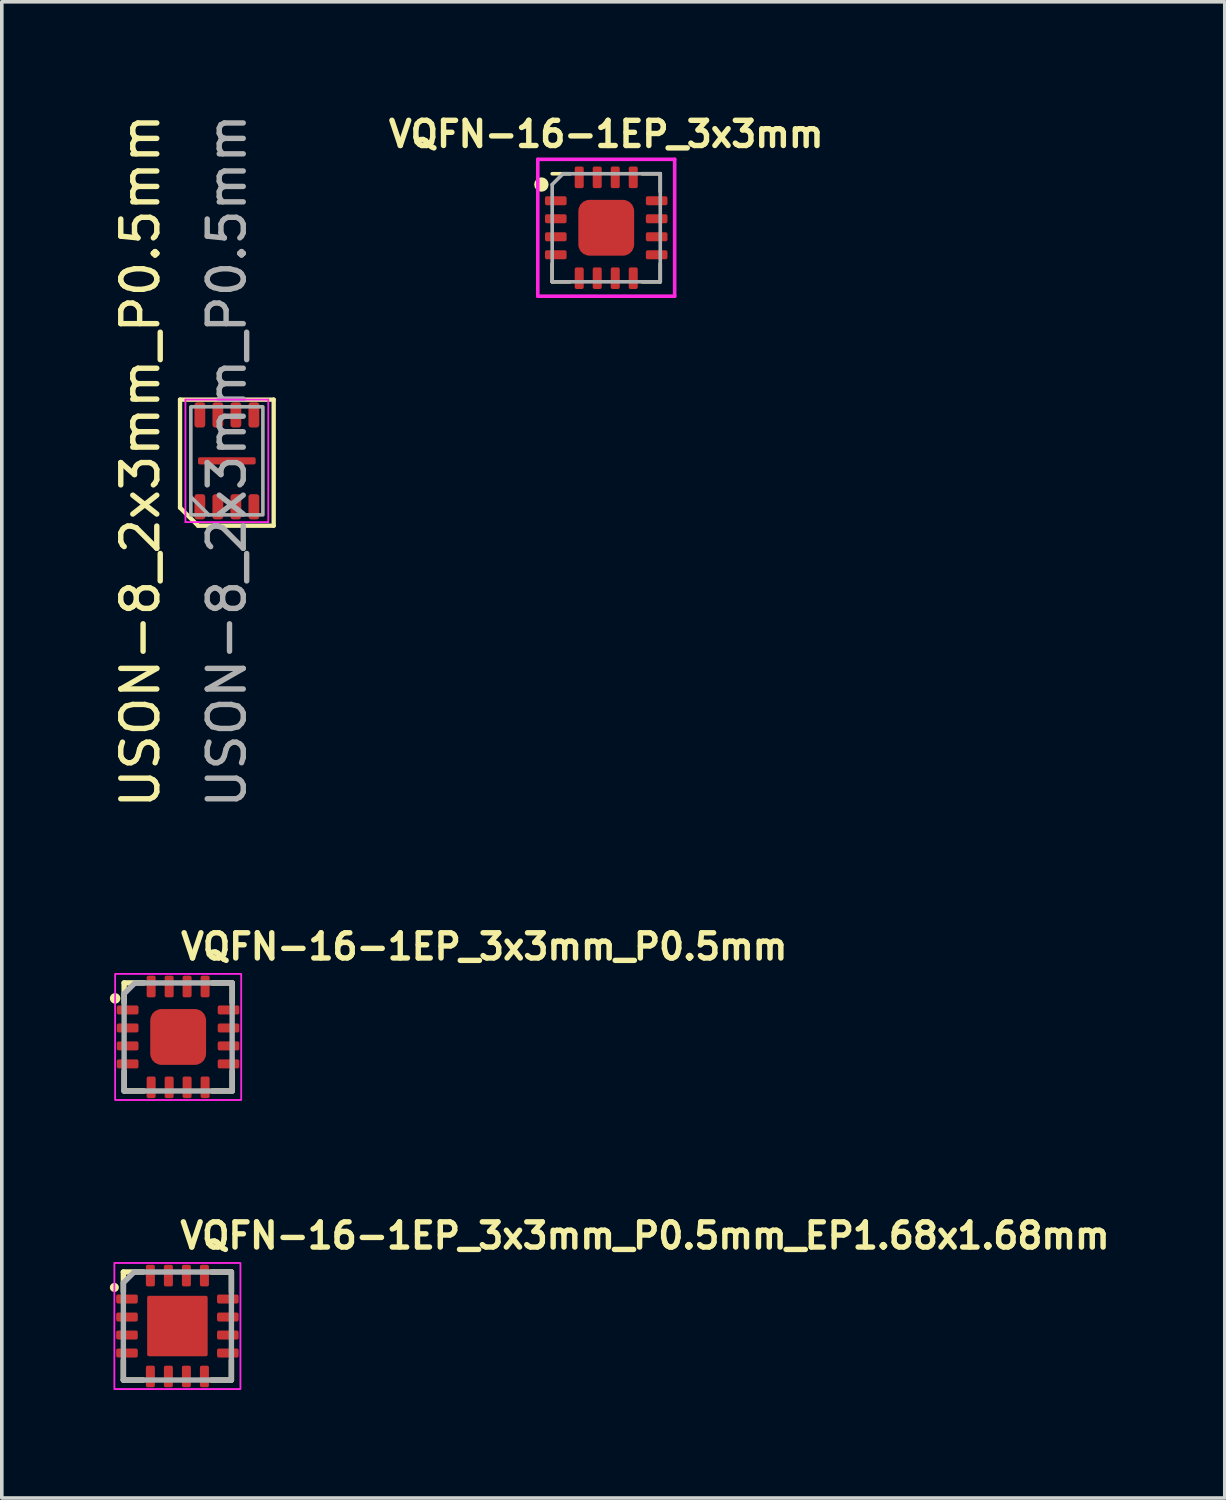
<source format=kicad_pcb>
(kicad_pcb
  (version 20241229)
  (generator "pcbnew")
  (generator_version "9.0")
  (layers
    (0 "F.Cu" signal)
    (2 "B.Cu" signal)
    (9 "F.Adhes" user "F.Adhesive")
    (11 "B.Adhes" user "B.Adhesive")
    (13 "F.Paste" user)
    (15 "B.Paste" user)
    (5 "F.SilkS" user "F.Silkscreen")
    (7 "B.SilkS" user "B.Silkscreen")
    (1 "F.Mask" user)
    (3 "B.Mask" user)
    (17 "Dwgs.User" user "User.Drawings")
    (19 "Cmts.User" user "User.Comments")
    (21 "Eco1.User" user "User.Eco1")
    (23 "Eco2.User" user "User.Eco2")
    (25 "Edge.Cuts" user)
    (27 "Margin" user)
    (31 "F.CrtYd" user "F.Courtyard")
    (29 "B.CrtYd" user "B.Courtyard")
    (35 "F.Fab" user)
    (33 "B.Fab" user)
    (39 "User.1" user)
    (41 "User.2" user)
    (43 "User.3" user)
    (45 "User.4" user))
  (footprint "USON-8_2x3mm_P0.5mm"
    (layer "F.Cu")
    (at 3.248 9.744)
    (property "Reference" "USON-8_2x3mm_P0.5mm" (at -2.4 0 90) (layer "F.SilkS") (effects (font (size 1 1) (thickness 0.15))))
    (attr through_hole)
    (fp_line (start -1.3 -1.7) (end 1.3 -1.7) (stroke (width 0.12) (type solid)) (layer "F.SilkS"))
    (fp_line (start -1.3 1.3) (end -1.3 -1.7) (stroke (width 0.12) (type solid)) (layer "F.SilkS"))
    (fp_line (start -0.8 1.8) (end -1.3 1.3) (stroke (width 0.12) (type solid)) (layer "F.SilkS"))
    (fp_line (start 1.3 -1.7) (end 1.3 1.8) (stroke (width 0.12) (type solid)) (layer "F.SilkS"))
    (fp_line (start 1.3 1.8) (end -0.8 1.8) (stroke (width 0.12) (type solid)) (layer "F.SilkS"))
    (fp_line (start -1.15 -1.7) (end 1.15 -1.7) (stroke (width 0.05) (type solid)) (layer "F.CrtYd"))
    (fp_line (start -1.15 1.7) (end -1.15 -1.7) (stroke (width 0.05) (type solid)) (layer "F.CrtYd"))
    (fp_line (start 1.15 -1.7) (end 1.15 1.7) (stroke (width 0.05) (type solid)) (layer "F.CrtYd"))
    (fp_line (start 1.15 1.7) (end -1.15 1.7) (stroke (width 0.05) (type solid)) (layer "F.CrtYd"))
    (fp_line (start -0.5 1.5) (end -1 1) (stroke (width 0.1) (type solid)) (layer "F.Fab"))
    (fp_rect (start 1 -1.5) (end -1 1.5) (stroke (width 0.1) (type solid)) (fill no) (layer "F.Fab"))
    (fp_text user "${REFERENCE}" (at 0 0 90) (layer "F.Fab") (effects (font (size 1 1) (thickness 0.15))))
    (pad "1" smd roundrect (at -0.75 1.275) (size 0.3 0.7) (layers "F.Cu" "F.Mask" "F.Paste") (roundrect_rratio 0.25))
    (pad "2" smd roundrect (at -0.25 1.275) (size 0.3 0.7) (layers "F.Cu" "F.Mask" "F.Paste") (roundrect_rratio 0.25))
    (pad "3" smd roundrect (at 0.25 1.275) (size 0.3 0.7) (layers "F.Cu" "F.Mask" "F.Paste") (roundrect_rratio 0.25))
    (pad "4" smd roundrect (at 0.75 1.275) (size 0.3 0.7) (layers "F.Cu" "F.Mask" "F.Paste") (roundrect_rratio 0.25))
    (pad "5" smd roundrect (at 0.75 -1.275) (size 0.3 0.7) (layers "F.Cu" "F.Mask" "F.Paste") (roundrect_rratio 0.25))
    (pad "6" smd roundrect (at 0.25 -1.275) (size 0.3 0.7) (layers "F.Cu" "F.Mask" "F.Paste") (roundrect_rratio 0.25))
    (pad "7" smd roundrect (at -0.25 -1.275) (size 0.3 0.7) (layers "F.Cu" "F.Mask" "F.Paste") (roundrect_rratio 0.25))
    (pad "8" smd roundrect (at -0.75 -1.275) (size 0.3 0.7) (layers "F.Cu" "F.Mask" "F.Paste") (roundrect_rratio 0.25))
    (pad "EP" smd roundrect (at 0 0 90) (size 0.2 1.6) (layers "F.Cu" "F.Mask" "F.Paste") (roundrect_rratio 0.25)))
  (footprint "VQFN-16-1EP_3x3mm_P0.5mm_EP1.68x1.68mm"
    (layer "F.Cu")
    (at 1.875 33.763)
    (property "Reference" "VQFN-16-1EP_3x3mm_P0.5mm_EP1.68x1.68mm" (at 0 -2.1 0) (layer "F.SilkS") (effects (font (size 0.7 0.7) (thickness 0.15)) (justify left bottom)))
    (attr smd)
    (fp_line (start -1.5 -1.5) (end -1.5 -0.951) (stroke (width 0.15) (type solid)) (layer "F.SilkS"))
    (fp_line (start -1.5 1.499) (end -1.5 0.95) (stroke (width 0.15) (type solid)) (layer "F.SilkS"))
    (fp_line (start -1.5 1.499) (end -0.951 1.499) (stroke (width 0.15) (type solid)) (layer "F.SilkS"))
    (fp_line (start -0.95 -1.501) (end -1.5 -1.5) (stroke (width 0.15) (type solid)) (layer "F.SilkS"))
    (fp_line (start 0.95 1.499) (end 1.499 1.499) (stroke (width 0.15) (type solid)) (layer "F.SilkS"))
    (fp_line (start 1.499 -1.5) (end 0.95 -1.5) (stroke (width 0.15) (type solid)) (layer "F.SilkS"))
    (fp_line (start 1.499 0.95) (end 1.499 1.499) (stroke (width 0.15) (type solid)) (layer "F.SilkS"))
    (fp_line (start 1.5 -0.95) (end 1.499 -1.5) (stroke (width 0.15) (type solid)) (layer "F.SilkS"))
    (fp_circle (center -1.75 -1.071) (end -1.7 -1.071) (stroke (width 0.15) (type solid)) (fill yes) (layer "F.SilkS"))
    (fp_rect (start -1.75 -1.75) (end 1.75 1.75) (stroke (width 0.05) (type solid)) (fill no) (layer "F.CrtYd"))
    (fp_line (start -1.5 -1.2) (end -1.5 1.499) (stroke (width 0.15) (type solid)) (layer "F.Fab"))
    (fp_line (start -1.5 -1.2) (end -1.2 -1.5) (stroke (width 0.15) (type solid)) (layer "F.Fab"))
    (fp_line (start -1.2 -1.5) (end 1.499 -1.5) (stroke (width 0.15) (type solid)) (layer "F.Fab"))
    (fp_line (start 1.499 1.499) (end -1.5 1.499) (stroke (width 0.15) (type solid)) (layer "F.Fab"))
    (fp_line (start 1.499 1.499) (end 1.499 -1.5) (stroke (width 0.15) (type solid)) (layer "F.Fab"))
    (fp_rect (start -1.5 -1.5) (end 1.499 1.499) (stroke (width 0.1) (type solid)) (fill no) (layer "User.5"))
    (fp_line (start -1.5 -1.5) (end -1.5 1.499) (stroke (width 0.02) (type solid)) (layer "User.9"))
    (fp_line (start -1.5 1.499) (end 1.499 1.499) (stroke (width 0.02) (type solid)) (layer "User.9"))
    (fp_line (start 1.499 -1.5) (end -1.5 -1.5) (stroke (width 0.02) (type solid)) (layer "User.9"))
    (fp_line (start 1.499 1.499) (end 1.499 -1.5) (stroke (width 0.02) (type solid)) (layer "User.9"))
    (pad "1" smd roundrect (at -1.4 -0.75) (size 0.6 0.25) (layers "F.Cu" "F.Mask" "F.Paste") (roundrect_rratio 0.2))
    (pad "2" smd roundrect (at -1.4 -0.25) (size 0.6 0.25) (layers "F.Cu" "F.Mask" "F.Paste") (roundrect_rratio 0.2))
    (pad "3" smd roundrect (at -1.4 0.25) (size 0.6 0.25) (layers "F.Cu" "F.Mask" "F.Paste") (roundrect_rratio 0.2))
    (pad "4" smd roundrect (at -1.4 0.75) (size 0.6 0.25) (layers "F.Cu" "F.Mask" "F.Paste") (roundrect_rratio 0.2))
    (pad "5" smd roundrect (at -0.75 1.4 90) (size 0.6 0.25) (layers "F.Cu" "F.Mask" "F.Paste") (roundrect_rratio 0.2))
    (pad "6" smd roundrect (at -0.25 1.4 90) (size 0.6 0.25) (layers "F.Cu" "F.Mask" "F.Paste") (roundrect_rratio 0.2))
    (pad "7" smd roundrect (at 0.25 1.4 90) (size 0.6 0.25) (layers "F.Cu" "F.Mask" "F.Paste") (roundrect_rratio 0.2))
    (pad "8" smd roundrect (at 0.75 1.4 90) (size 0.6 0.25) (layers "F.Cu" "F.Mask" "F.Paste") (roundrect_rratio 0.2))
    (pad "9" smd roundrect (at 1.4 0.75 180) (size 0.6 0.25) (layers "F.Cu" "F.Mask" "F.Paste") (roundrect_rratio 0.2))
    (pad "10" smd roundrect (at 1.4 0.25 180) (size 0.6 0.25) (layers "F.Cu" "F.Mask" "F.Paste") (roundrect_rratio 0.2))
    (pad "11" smd roundrect (at 1.4 -0.25 180) (size 0.6 0.25) (layers "F.Cu" "F.Mask" "F.Paste") (roundrect_rratio 0.2))
    (pad "12" smd roundrect (at 1.4 -0.75 180) (size 0.6 0.25) (layers "F.Cu" "F.Mask" "F.Paste") (roundrect_rratio 0.2))
    (pad "13" smd roundrect (at 0.75 -1.4 270) (size 0.6 0.25) (layers "F.Cu" "F.Mask" "F.Paste") (roundrect_rratio 0.2))
    (pad "14" smd roundrect (at 0.25 -1.4 270) (size 0.6 0.25) (layers "F.Cu" "F.Mask" "F.Paste") (roundrect_rratio 0.2))
    (pad "15" smd roundrect (at -0.25 -1.4 270) (size 0.6 0.25) (layers "F.Cu" "F.Mask" "F.Paste") (roundrect_rratio 0.2))
    (pad "16" smd roundrect (at -0.75 -1.4 270) (size 0.6 0.25) (layers "F.Cu" "F.Mask" "F.Paste") (roundrect_rratio 0.2))
    (pad "17" smd roundrect (at 0 0) (size 1.68 1.68) (layers "F.Cu" "F.Mask" "F.Paste") (roundrect_rratio 0.03)))
  (footprint "VQFN-16-1EP_3x3mm"
    (layer "F.Cu")
    (at 13.78 3.273)
    (property "Reference" "VQFN-16-1EP_3x3mm" (at 0 -2.6 0) (layer "F.SilkS") (effects (font (size 0.7 0.7) (thickness 0.15))))
    (attr smd)
    (fp_line (start -1.5 1.5) (end -1.5 1) (stroke (width 0.1) (type solid)) (layer "F.SilkS"))
    (fp_line (start -1 -1.5) (end -1.5 -1.5) (stroke (width 0.1) (type solid)) (layer "F.SilkS"))
    (fp_line (start -1 1.5) (end -1.5 1.5) (stroke (width 0.1) (type solid)) (layer "F.SilkS"))
    (fp_line (start 1.5 -1.5) (end 1 -1.5) (stroke (width 0.1) (type solid)) (layer "F.SilkS"))
    (fp_line (start 1.5 -1) (end 1.5 -1.5) (stroke (width 0.1) (type solid)) (layer "F.SilkS"))
    (fp_line (start 1.5 1.5) (end 1 1.5) (stroke (width 0.1) (type solid)) (layer "F.SilkS"))
    (fp_line (start 1.5 1.5) (end 1.5 1) (stroke (width 0.1) (type solid)) (layer "F.SilkS"))
    (fp_circle (center -1.8 -1.2) (end -1.7 -1.2) (stroke (width 0.2) (type solid)) (fill no) (layer "F.SilkS"))
    (fp_line (start -1.9 -1.9) (end -1.9 1.9) (stroke (width 0.1) (type solid)) (layer "F.CrtYd"))
    (fp_line (start -1.9 -1.9) (end 1.9 -1.9) (stroke (width 0.1) (type solid)) (layer "F.CrtYd"))
    (fp_line (start -1.9 1.9) (end 1.9 1.9) (stroke (width 0.1) (type solid)) (layer "F.CrtYd"))
    (fp_line (start 1.9 -1.9) (end 1.9 1.9) (stroke (width 0.1) (type solid)) (layer "F.CrtYd"))
    (fp_line (start -1.5 -1.2) (end -1.5 1.5) (stroke (width 0.1) (type solid)) (layer "F.Fab"))
    (fp_line (start -1.5 -1.2) (end -1.2 -1.5) (stroke (width 0.1) (type solid)) (layer "F.Fab"))
    (fp_line (start -1.2 -1.5) (end 1.5 -1.5) (stroke (width 0.1) (type solid)) (layer "F.Fab"))
    (fp_line (start 1.5 1.5) (end -1.5 1.5) (stroke (width 0.1) (type solid)) (layer "F.Fab"))
    (fp_line (start 1.5 1.5) (end 1.5 -1.5) (stroke (width 0.1) (type solid)) (layer "F.Fab"))
    (pad "1" smd roundrect (at -1.4 -0.75) (size 0.6 0.25) (layers "F.Cu" "F.Mask" "F.Paste") (roundrect_rratio 0.2))
    (pad "2" smd roundrect (at -1.4 -0.25) (size 0.6 0.25) (layers "F.Cu" "F.Mask" "F.Paste") (roundrect_rratio 0.2))
    (pad "3" smd roundrect (at -1.4 0.25) (size 0.6 0.25) (layers "F.Cu" "F.Mask" "F.Paste") (roundrect_rratio 0.2))
    (pad "4" smd roundrect (at -1.4 0.75) (size 0.6 0.25) (layers "F.Cu" "F.Mask" "F.Paste") (roundrect_rratio 0.2))
    (pad "5" smd roundrect (at -0.75 1.4 90) (size 0.6 0.25) (layers "F.Cu" "F.Mask" "F.Paste") (roundrect_rratio 0.2))
    (pad "6" smd roundrect (at -0.25 1.4 90) (size 0.6 0.25) (layers "F.Cu" "F.Mask" "F.Paste") (roundrect_rratio 0.2))
    (pad "7" smd roundrect (at 0.25 1.4 90) (size 0.6 0.25) (layers "F.Cu" "F.Mask" "F.Paste") (roundrect_rratio 0.2))
    (pad "8" smd roundrect (at 0.75 1.4 90) (size 0.6 0.25) (layers "F.Cu" "F.Mask" "F.Paste") (roundrect_rratio 0.2))
    (pad "9" smd roundrect (at 1.4 0.75 180) (size 0.6 0.25) (layers "F.Cu" "F.Mask" "F.Paste") (roundrect_rratio 0.2))
    (pad "10" smd roundrect (at 1.4 0.25 180) (size 0.6 0.25) (layers "F.Cu" "F.Mask" "F.Paste") (roundrect_rratio 0.2))
    (pad "11" smd roundrect (at 1.4 -0.25 180) (size 0.6 0.25) (layers "F.Cu" "F.Mask" "F.Paste") (roundrect_rratio 0.2))
    (pad "12" smd roundrect (at 1.4 -0.75 180) (size 0.6 0.25) (layers "F.Cu" "F.Mask" "F.Paste") (roundrect_rratio 0.2))
    (pad "13" smd roundrect (at 0.75 -1.4 270) (size 0.6 0.25) (layers "F.Cu" "F.Mask" "F.Paste") (roundrect_rratio 0.2))
    (pad "14" smd roundrect (at 0.25 -1.4 270) (size 0.6 0.25) (layers "F.Cu" "F.Mask" "F.Paste") (roundrect_rratio 0.2))
    (pad "15" smd roundrect (at -0.25 -1.4 270) (size 0.6 0.25) (layers "F.Cu" "F.Mask" "F.Paste") (roundrect_rratio 0.2))
    (pad "16" smd roundrect (at -0.75 -1.4 270) (size 0.6 0.25) (layers "F.Cu" "F.Mask" "F.Paste") (roundrect_rratio 0.2))
    (pad "17" smd roundrect (at 0 0) (size 1.55 1.55) (layers "F.Cu" "F.Mask" "F.Paste") (roundrect_rratio 0.2)))
  (footprint "VQFN-16-1EP_3x3mm_P0.5mm"
    (layer "F.Cu")
    (at 1.896 25.738)
    (property "Reference" "VQFN-16-1EP_3x3mm_P0.5mm" (at 0 -2.1 0) (layer "F.SilkS") (effects (font (size 0.7 0.7) (thickness 0.15)) (justify left bottom)))
    (attr smd)
    (fp_line (start -1.5 -1.5) (end -1.5 -0.951) (stroke (width 0.15) (type solid)) (layer "F.SilkS"))
    (fp_line (start -1.5 1.499) (end -1.5 0.95) (stroke (width 0.15) (type solid)) (layer "F.SilkS"))
    (fp_line (start -1.5 1.499) (end -0.951 1.499) (stroke (width 0.15) (type solid)) (layer "F.SilkS"))
    (fp_line (start -0.95 -1.501) (end -1.5 -1.5) (stroke (width 0.15) (type solid)) (layer "F.SilkS"))
    (fp_line (start 0.95 1.499) (end 1.499 1.499) (stroke (width 0.15) (type solid)) (layer "F.SilkS"))
    (fp_line (start 1.499 -1.5) (end 0.95 -1.5) (stroke (width 0.15) (type solid)) (layer "F.SilkS"))
    (fp_line (start 1.499 0.95) (end 1.499 1.499) (stroke (width 0.15) (type solid)) (layer "F.SilkS"))
    (fp_line (start 1.5 -0.95) (end 1.499 -1.5) (stroke (width 0.15) (type solid)) (layer "F.SilkS"))
    (fp_circle (center -1.75 -1.071) (end -1.7 -1.021) (stroke (width 0.15) (type solid)) (fill yes) (layer "F.SilkS"))
    (fp_rect (start -1.75 -1.75) (end 1.75 1.75) (stroke (width 0.05) (type solid)) (fill no) (layer "F.CrtYd"))
    (fp_line (start -1.5 -1.2) (end -1.5 1.499) (stroke (width 0.15) (type solid)) (layer "F.Fab"))
    (fp_line (start -1.5 -1.2) (end -1.2 -1.5) (stroke (width 0.15) (type solid)) (layer "F.Fab"))
    (fp_line (start -1.2 -1.5) (end 1.499 -1.5) (stroke (width 0.15) (type solid)) (layer "F.Fab"))
    (fp_line (start 1.499 1.499) (end -1.5 1.499) (stroke (width 0.15) (type solid)) (layer "F.Fab"))
    (fp_line (start 1.499 1.499) (end 1.499 -1.5) (stroke (width 0.15) (type solid)) (layer "F.Fab"))
    (fp_rect (start -1.5 -1.5) (end 1.499 1.499) (stroke (width 0.1) (type solid)) (fill no) (layer "User.5"))
    (fp_line (start -1.5 -1.5) (end -1.5 1.499) (stroke (width 0.02) (type solid)) (layer "User.9"))
    (fp_line (start -1.5 1.499) (end 1.499 1.499) (stroke (width 0.02) (type solid)) (layer "User.9"))
    (fp_line (start 1.499 -1.5) (end -1.5 -1.5) (stroke (width 0.02) (type solid)) (layer "User.9"))
    (fp_line (start 1.499 1.499) (end 1.499 -1.5) (stroke (width 0.02) (type solid)) (layer "User.9"))
    (pad "1" smd roundrect (at -1.401 -0.75) (size 0.6 0.25) (layers "F.Cu" "F.Mask" "F.Paste") (roundrect_rratio 0.2))
    (pad "2" smd roundrect (at -1.401 -0.25) (size 0.6 0.25) (layers "F.Cu" "F.Mask" "F.Paste") (roundrect_rratio 0.2))
    (pad "3" smd roundrect (at -1.401 0.248) (size 0.6 0.25) (layers "F.Cu" "F.Mask" "F.Paste") (roundrect_rratio 0.2))
    (pad "4" smd roundrect (at -1.401 0.748) (size 0.6 0.25) (layers "F.Cu" "F.Mask" "F.Paste") (roundrect_rratio 0.2))
    (pad "5" smd roundrect (at -0.75 1.398 90) (size 0.6 0.25) (layers "F.Cu" "F.Mask" "F.Paste") (roundrect_rratio 0.2))
    (pad "6" smd roundrect (at -0.25 1.398 90) (size 0.6 0.25) (layers "F.Cu" "F.Mask" "F.Paste") (roundrect_rratio 0.2))
    (pad "7" smd roundrect (at 0.248 1.398 90) (size 0.6 0.25) (layers "F.Cu" "F.Mask" "F.Paste") (roundrect_rratio 0.2))
    (pad "8" smd roundrect (at 0.748 1.398 90) (size 0.6 0.25) (layers "F.Cu" "F.Mask" "F.Paste") (roundrect_rratio 0.2))
    (pad "9" smd roundrect (at 1.398 0.748 180) (size 0.6 0.25) (layers "F.Cu" "F.Mask" "F.Paste") (roundrect_rratio 0.2))
    (pad "10" smd roundrect (at 1.398 0.248 180) (size 0.6 0.25) (layers "F.Cu" "F.Mask" "F.Paste") (roundrect_rratio 0.2))
    (pad "11" smd roundrect (at 1.398 -0.25 180) (size 0.6 0.25) (layers "F.Cu" "F.Mask" "F.Paste") (roundrect_rratio 0.2))
    (pad "12" smd roundrect (at 1.398 -0.75 180) (size 0.6 0.25) (layers "F.Cu" "F.Mask" "F.Paste") (roundrect_rratio 0.2))
    (pad "13" smd roundrect (at 0.748 -1.401 270) (size 0.6 0.25) (layers "F.Cu" "F.Mask" "F.Paste") (roundrect_rratio 0.2))
    (pad "14" smd roundrect (at 0.248 -1.401 270) (size 0.6 0.25) (layers "F.Cu" "F.Mask" "F.Paste") (roundrect_rratio 0.2))
    (pad "15" smd roundrect (at -0.25 -1.401 270) (size 0.6 0.25) (layers "F.Cu" "F.Mask" "F.Paste") (roundrect_rratio 0.2))
    (pad "16" smd roundrect (at -0.75 -1.401 270) (size 0.6 0.25) (layers "F.Cu" "F.Mask" "F.Paste") (roundrect_rratio 0.2))
    (pad "17" smd roundrect (at 0 0) (size 1.55 1.55) (layers "F.Cu" "F.Mask" "F.Paste") (roundrect_rratio 0.2)))
  (gr_rect
    (start -3 -3)
    (end 30.952 38.538)
    (stroke (width 0.1) (type default))
    (fill no)
    (layer "Edge.Cuts")))
</source>
